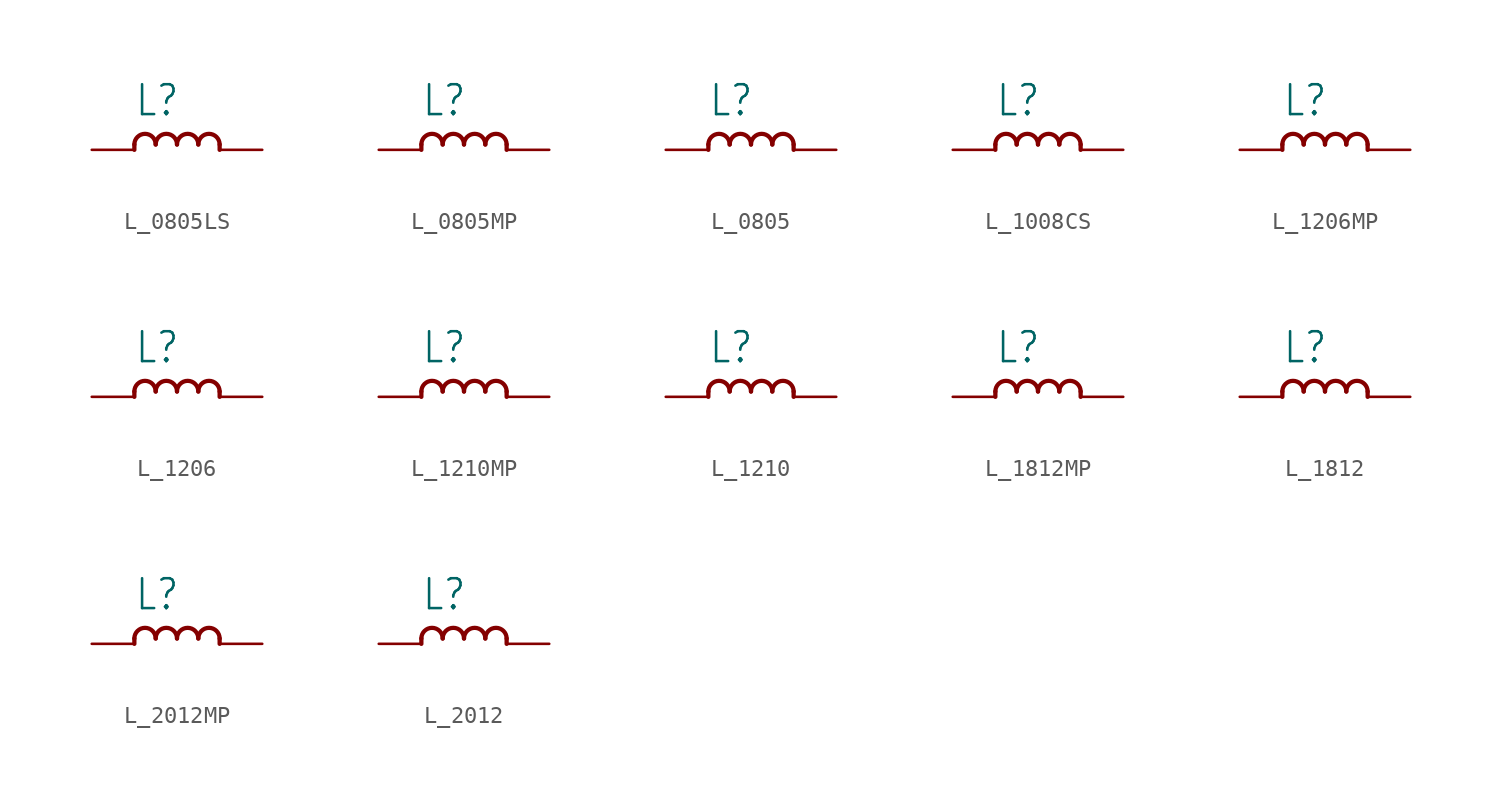
<source format=kicad_sym>
(kicad_symbol_lib
  (version 20231120)
  (generator "kicad_symbol_editor")
  (generator_version "8.0")
  (symbol "L_0805LS"
    (property "Reference" "L"
      (at -2.54 1.905 0)
      (effects (font (size 1.778 1.511)) (justify left bottom)))
    (property "Value" ""
      (at -2.54 -2.54 0)
      (effects (font (size 1.778 1.511)) (justify left bottom)))
    (property "ki_locked" ""
      (at 0 0 0)
      (effects (font (size 1.27 1.27))))
    (symbol "L_0805LS_1_0"
      (arc (start -1.27 0.3173) (mid -1.9049 0.9524) (end -2.54 0.3175) (stroke (width 0.254) (type solid)) (fill (type none)))
      (polyline (pts (xy -2.54 0.318) (xy -2.54 0)) (stroke (width 0.254) (type solid)) (fill (type none)))
      (polyline (pts (xy 2.54 0.318) (xy 2.54 0)) (stroke (width 0.254) (type solid)) (fill (type none)))
      (arc (start 0 0.3173) (mid -0.6349 0.9524) (end -1.27 0.3175) (stroke (width 0.254) (type solid)) (fill (type none)))
      (arc (start 1.27 0.3173) (mid 0.6351 0.9524) (end 0 0.3175) (stroke (width 0.254) (type solid)) (fill (type none)))
      (arc (start 2.54 0.3173) (mid 1.9051 0.9524) (end 1.27 0.3175) (stroke (width 0.254) (type solid)) (fill (type none)))
      (pin passive line (at 5.08 0 180) (length 2.54) (name "1" (effects (font (size 0 0)))) (number "1" (effects (font (size 0 0)))))
      (pin passive line (at -5.08 0 0) (length 2.54) (name "2" (effects (font (size 0 0)))) (number "2" (effects (font (size 0 0)))))))
  (symbol "L_0805MP"
    (property "Reference" "L"
      (at -2.54 1.905 0)
      (effects (font (size 1.778 1.511)) (justify left bottom)))
    (property "Value" ""
      (at -2.54 -2.54 0)
      (effects (font (size 1.778 1.511)) (justify left bottom)))
    (property "ki_locked" ""
      (at 0 0 0)
      (effects (font (size 1.27 1.27))))
    (symbol "L_0805MP_1_0"
      (arc (start -1.27 0.3173) (mid -1.9049 0.9524) (end -2.54 0.3175) (stroke (width 0.254) (type solid)) (fill (type none)))
      (polyline (pts (xy -2.54 0.318) (xy -2.54 0)) (stroke (width 0.254) (type solid)) (fill (type none)))
      (polyline (pts (xy 2.54 0.318) (xy 2.54 0)) (stroke (width 0.254) (type solid)) (fill (type none)))
      (arc (start 0 0.3173) (mid -0.6349 0.9524) (end -1.27 0.3175) (stroke (width 0.254) (type solid)) (fill (type none)))
      (arc (start 1.27 0.3173) (mid 0.6351 0.9524) (end 0 0.3175) (stroke (width 0.254) (type solid)) (fill (type none)))
      (arc (start 2.54 0.3173) (mid 1.9051 0.9524) (end 1.27 0.3175) (stroke (width 0.254) (type solid)) (fill (type none)))
      (pin passive line (at 5.08 0 180) (length 2.54) (name "1" (effects (font (size 0 0)))) (number "1" (effects (font (size 0 0)))))
      (pin passive line (at -5.08 0 0) (length 2.54) (name "2" (effects (font (size 0 0)))) (number "2" (effects (font (size 0 0)))))))
  (symbol "L_0805"
    (property "Reference" "L"
      (at -2.54 1.905 0)
      (effects (font (size 1.778 1.511)) (justify left bottom)))
    (property "Value" ""
      (at -2.54 -2.54 0)
      (effects (font (size 1.778 1.511)) (justify left bottom)))
    (property "ki_locked" ""
      (at 0 0 0)
      (effects (font (size 1.27 1.27))))
    (symbol "L_0805_1_0"
      (arc (start -1.27 0.3173) (mid -1.9049 0.9524) (end -2.54 0.3175) (stroke (width 0.254) (type solid)) (fill (type none)))
      (polyline (pts (xy -2.54 0.318) (xy -2.54 0)) (stroke (width 0.254) (type solid)) (fill (type none)))
      (polyline (pts (xy 2.54 0.318) (xy 2.54 0)) (stroke (width 0.254) (type solid)) (fill (type none)))
      (arc (start 0 0.3173) (mid -0.6349 0.9524) (end -1.27 0.3175) (stroke (width 0.254) (type solid)) (fill (type none)))
      (arc (start 1.27 0.3173) (mid 0.6351 0.9524) (end 0 0.3175) (stroke (width 0.254) (type solid)) (fill (type none)))
      (arc (start 2.54 0.3173) (mid 1.9051 0.9524) (end 1.27 0.3175) (stroke (width 0.254) (type solid)) (fill (type none)))
      (pin passive line (at 5.08 0 180) (length 2.54) (name "1" (effects (font (size 0 0)))) (number "1" (effects (font (size 0 0)))))
      (pin passive line (at -5.08 0 0) (length 2.54) (name "2" (effects (font (size 0 0)))) (number "2" (effects (font (size 0 0)))))))
  (symbol "L_1008CS"
    (property "Reference" "L"
      (at -2.54 1.905 0)
      (effects (font (size 1.778 1.511)) (justify left bottom)))
    (property "Value" ""
      (at -2.54 -2.54 0)
      (effects (font (size 1.778 1.511)) (justify left bottom)))
    (property "ki_locked" ""
      (at 0 0 0)
      (effects (font (size 1.27 1.27))))
    (symbol "L_1008CS_1_0"
      (arc (start -1.27 0.3173) (mid -1.9049 0.9524) (end -2.54 0.3175) (stroke (width 0.254) (type solid)) (fill (type none)))
      (polyline (pts (xy -2.54 0.318) (xy -2.54 0)) (stroke (width 0.254) (type solid)) (fill (type none)))
      (polyline (pts (xy 2.54 0.318) (xy 2.54 0)) (stroke (width 0.254) (type solid)) (fill (type none)))
      (arc (start 0 0.3173) (mid -0.6349 0.9524) (end -1.27 0.3175) (stroke (width 0.254) (type solid)) (fill (type none)))
      (arc (start 1.27 0.3173) (mid 0.6351 0.9524) (end 0 0.3175) (stroke (width 0.254) (type solid)) (fill (type none)))
      (arc (start 2.54 0.3173) (mid 1.9051 0.9524) (end 1.27 0.3175) (stroke (width 0.254) (type solid)) (fill (type none)))
      (pin passive line (at 5.08 0 180) (length 2.54) (name "1" (effects (font (size 0 0)))) (number "1" (effects (font (size 0 0)))))
      (pin passive line (at -5.08 0 0) (length 2.54) (name "2" (effects (font (size 0 0)))) (number "2" (effects (font (size 0 0)))))))
  (symbol "L_1206MP"
    (property "Reference" "L"
      (at -2.54 1.905 0)
      (effects (font (size 1.778 1.511)) (justify left bottom)))
    (property "Value" ""
      (at -2.54 -2.54 0)
      (effects (font (size 1.778 1.511)) (justify left bottom)))
    (property "ki_locked" ""
      (at 0 0 0)
      (effects (font (size 1.27 1.27))))
    (symbol "L_1206MP_1_0"
      (arc (start -1.27 0.3173) (mid -1.9049 0.9524) (end -2.54 0.3175) (stroke (width 0.254) (type solid)) (fill (type none)))
      (polyline (pts (xy -2.54 0.318) (xy -2.54 0)) (stroke (width 0.254) (type solid)) (fill (type none)))
      (polyline (pts (xy 2.54 0.318) (xy 2.54 0)) (stroke (width 0.254) (type solid)) (fill (type none)))
      (arc (start 0 0.3173) (mid -0.6349 0.9524) (end -1.27 0.3175) (stroke (width 0.254) (type solid)) (fill (type none)))
      (arc (start 1.27 0.3173) (mid 0.6351 0.9524) (end 0 0.3175) (stroke (width 0.254) (type solid)) (fill (type none)))
      (arc (start 2.54 0.3173) (mid 1.9051 0.9524) (end 1.27 0.3175) (stroke (width 0.254) (type solid)) (fill (type none)))
      (pin passive line (at 5.08 0 180) (length 2.54) (name "1" (effects (font (size 0 0)))) (number "1" (effects (font (size 0 0)))))
      (pin passive line (at -5.08 0 0) (length 2.54) (name "2" (effects (font (size 0 0)))) (number "2" (effects (font (size 0 0)))))))
  (symbol "L_1206"
    (property "Reference" "L"
      (at -2.54 1.905 0)
      (effects (font (size 1.778 1.511)) (justify left bottom)))
    (property "Value" ""
      (at -2.54 -2.54 0)
      (effects (font (size 1.778 1.511)) (justify left bottom)))
    (property "ki_locked" ""
      (at 0 0 0)
      (effects (font (size 1.27 1.27))))
    (symbol "L_1206_1_0"
      (arc (start -1.27 0.3173) (mid -1.9049 0.9524) (end -2.54 0.3175) (stroke (width 0.254) (type solid)) (fill (type none)))
      (polyline (pts (xy -2.54 0.318) (xy -2.54 0)) (stroke (width 0.254) (type solid)) (fill (type none)))
      (polyline (pts (xy 2.54 0.318) (xy 2.54 0)) (stroke (width 0.254) (type solid)) (fill (type none)))
      (arc (start 0 0.3173) (mid -0.6349 0.9524) (end -1.27 0.3175) (stroke (width 0.254) (type solid)) (fill (type none)))
      (arc (start 1.27 0.3173) (mid 0.6351 0.9524) (end 0 0.3175) (stroke (width 0.254) (type solid)) (fill (type none)))
      (arc (start 2.54 0.3173) (mid 1.9051 0.9524) (end 1.27 0.3175) (stroke (width 0.254) (type solid)) (fill (type none)))
      (pin passive line (at 5.08 0 180) (length 2.54) (name "1" (effects (font (size 0 0)))) (number "1" (effects (font (size 0 0)))))
      (pin passive line (at -5.08 0 0) (length 2.54) (name "2" (effects (font (size 0 0)))) (number "2" (effects (font (size 0 0)))))))
  (symbol "L_1210MP"
    (property "Reference" "L"
      (at -2.54 1.905 0)
      (effects (font (size 1.778 1.511)) (justify left bottom)))
    (property "Value" ""
      (at -2.54 -2.54 0)
      (effects (font (size 1.778 1.511)) (justify left bottom)))
    (property "ki_locked" ""
      (at 0 0 0)
      (effects (font (size 1.27 1.27))))
    (symbol "L_1210MP_1_0"
      (arc (start -1.27 0.3173) (mid -1.9049 0.9524) (end -2.54 0.3175) (stroke (width 0.254) (type solid)) (fill (type none)))
      (polyline (pts (xy -2.54 0.318) (xy -2.54 0)) (stroke (width 0.254) (type solid)) (fill (type none)))
      (polyline (pts (xy 2.54 0.318) (xy 2.54 0)) (stroke (width 0.254) (type solid)) (fill (type none)))
      (arc (start 0 0.3173) (mid -0.6349 0.9524) (end -1.27 0.3175) (stroke (width 0.254) (type solid)) (fill (type none)))
      (arc (start 1.27 0.3173) (mid 0.6351 0.9524) (end 0 0.3175) (stroke (width 0.254) (type solid)) (fill (type none)))
      (arc (start 2.54 0.3173) (mid 1.9051 0.9524) (end 1.27 0.3175) (stroke (width 0.254) (type solid)) (fill (type none)))
      (pin passive line (at 5.08 0 180) (length 2.54) (name "1" (effects (font (size 0 0)))) (number "1" (effects (font (size 0 0)))))
      (pin passive line (at -5.08 0 0) (length 2.54) (name "2" (effects (font (size 0 0)))) (number "2" (effects (font (size 0 0)))))))
  (symbol "L_1210"
    (property "Reference" "L"
      (at -2.54 1.905 0)
      (effects (font (size 1.778 1.511)) (justify left bottom)))
    (property "Value" ""
      (at -2.54 -2.54 0)
      (effects (font (size 1.778 1.511)) (justify left bottom)))
    (property "ki_locked" ""
      (at 0 0 0)
      (effects (font (size 1.27 1.27))))
    (symbol "L_1210_1_0"
      (arc (start -1.27 0.3173) (mid -1.9049 0.9524) (end -2.54 0.3175) (stroke (width 0.254) (type solid)) (fill (type none)))
      (polyline (pts (xy -2.54 0.318) (xy -2.54 0)) (stroke (width 0.254) (type solid)) (fill (type none)))
      (polyline (pts (xy 2.54 0.318) (xy 2.54 0)) (stroke (width 0.254) (type solid)) (fill (type none)))
      (arc (start 0 0.3173) (mid -0.6349 0.9524) (end -1.27 0.3175) (stroke (width 0.254) (type solid)) (fill (type none)))
      (arc (start 1.27 0.3173) (mid 0.6351 0.9524) (end 0 0.3175) (stroke (width 0.254) (type solid)) (fill (type none)))
      (arc (start 2.54 0.3173) (mid 1.9051 0.9524) (end 1.27 0.3175) (stroke (width 0.254) (type solid)) (fill (type none)))
      (pin passive line (at 5.08 0 180) (length 2.54) (name "1" (effects (font (size 0 0)))) (number "1" (effects (font (size 0 0)))))
      (pin passive line (at -5.08 0 0) (length 2.54) (name "2" (effects (font (size 0 0)))) (number "2" (effects (font (size 0 0)))))))
  (symbol "L_1812MP"
    (property "Reference" "L"
      (at -2.54 1.905 0)
      (effects (font (size 1.778 1.511)) (justify left bottom)))
    (property "Value" ""
      (at -2.54 -2.54 0)
      (effects (font (size 1.778 1.511)) (justify left bottom)))
    (property "ki_locked" ""
      (at 0 0 0)
      (effects (font (size 1.27 1.27))))
    (symbol "L_1812MP_1_0"
      (arc (start -1.27 0.3173) (mid -1.9049 0.9524) (end -2.54 0.3175) (stroke (width 0.254) (type solid)) (fill (type none)))
      (polyline (pts (xy -2.54 0.318) (xy -2.54 0)) (stroke (width 0.254) (type solid)) (fill (type none)))
      (polyline (pts (xy 2.54 0.318) (xy 2.54 0)) (stroke (width 0.254) (type solid)) (fill (type none)))
      (arc (start 0 0.3173) (mid -0.6349 0.9524) (end -1.27 0.3175) (stroke (width 0.254) (type solid)) (fill (type none)))
      (arc (start 1.27 0.3173) (mid 0.6351 0.9524) (end 0 0.3175) (stroke (width 0.254) (type solid)) (fill (type none)))
      (arc (start 2.54 0.3173) (mid 1.9051 0.9524) (end 1.27 0.3175) (stroke (width 0.254) (type solid)) (fill (type none)))
      (pin passive line (at 5.08 0 180) (length 2.54) (name "1" (effects (font (size 0 0)))) (number "1" (effects (font (size 0 0)))))
      (pin passive line (at -5.08 0 0) (length 2.54) (name "2" (effects (font (size 0 0)))) (number "2" (effects (font (size 0 0)))))))
  (symbol "L_1812"
    (property "Reference" "L"
      (at -2.54 1.905 0)
      (effects (font (size 1.778 1.511)) (justify left bottom)))
    (property "Value" ""
      (at -2.54 -2.54 0)
      (effects (font (size 1.778 1.511)) (justify left bottom)))
    (property "ki_locked" ""
      (at 0 0 0)
      (effects (font (size 1.27 1.27))))
    (symbol "L_1812_1_0"
      (arc (start -1.27 0.3173) (mid -1.9049 0.9524) (end -2.54 0.3175) (stroke (width 0.254) (type solid)) (fill (type none)))
      (polyline (pts (xy -2.54 0.318) (xy -2.54 0)) (stroke (width 0.254) (type solid)) (fill (type none)))
      (polyline (pts (xy 2.54 0.318) (xy 2.54 0)) (stroke (width 0.254) (type solid)) (fill (type none)))
      (arc (start 0 0.3173) (mid -0.6349 0.9524) (end -1.27 0.3175) (stroke (width 0.254) (type solid)) (fill (type none)))
      (arc (start 1.27 0.3173) (mid 0.6351 0.9524) (end 0 0.3175) (stroke (width 0.254) (type solid)) (fill (type none)))
      (arc (start 2.54 0.3173) (mid 1.9051 0.9524) (end 1.27 0.3175) (stroke (width 0.254) (type solid)) (fill (type none)))
      (pin passive line (at 5.08 0 180) (length 2.54) (name "1" (effects (font (size 0 0)))) (number "1" (effects (font (size 0 0)))))
      (pin passive line (at -5.08 0 0) (length 2.54) (name "2" (effects (font (size 0 0)))) (number "2" (effects (font (size 0 0)))))))
  (symbol "L_2012MP"
    (property "Reference" "L"
      (at -2.54 1.905 0)
      (effects (font (size 1.778 1.511)) (justify left bottom)))
    (property "Value" ""
      (at -2.54 -2.54 0)
      (effects (font (size 1.778 1.511)) (justify left bottom)))
    (property "ki_locked" ""
      (at 0 0 0)
      (effects (font (size 1.27 1.27))))
    (symbol "L_2012MP_1_0"
      (arc (start -1.27 0.3173) (mid -1.9049 0.9524) (end -2.54 0.3175) (stroke (width 0.254) (type solid)) (fill (type none)))
      (polyline (pts (xy -2.54 0.318) (xy -2.54 0)) (stroke (width 0.254) (type solid)) (fill (type none)))
      (polyline (pts (xy 2.54 0.318) (xy 2.54 0)) (stroke (width 0.254) (type solid)) (fill (type none)))
      (arc (start 0 0.3173) (mid -0.6349 0.9524) (end -1.27 0.3175) (stroke (width 0.254) (type solid)) (fill (type none)))
      (arc (start 1.27 0.3173) (mid 0.6351 0.9524) (end 0 0.3175) (stroke (width 0.254) (type solid)) (fill (type none)))
      (arc (start 2.54 0.3173) (mid 1.9051 0.9524) (end 1.27 0.3175) (stroke (width 0.254) (type solid)) (fill (type none)))
      (pin passive line (at 5.08 0 180) (length 2.54) (name "1" (effects (font (size 0 0)))) (number "1" (effects (font (size 0 0)))))
      (pin passive line (at -5.08 0 0) (length 2.54) (name "2" (effects (font (size 0 0)))) (number "2" (effects (font (size 0 0)))))))
  (symbol "L_2012"
    (property "Reference" "L"
      (at -2.54 1.905 0)
      (effects (font (size 1.778 1.511)) (justify left bottom)))
    (property "Value" ""
      (at -2.54 -2.54 0)
      (effects (font (size 1.778 1.511)) (justify left bottom)))
    (property "ki_locked" ""
      (at 0 0 0)
      (effects (font (size 1.27 1.27))))
    (symbol "L_2012_1_0"
      (arc (start -1.27 0.3173) (mid -1.9049 0.9524) (end -2.54 0.3175) (stroke (width 0.254) (type solid)) (fill (type none)))
      (polyline (pts (xy -2.54 0.318) (xy -2.54 0)) (stroke (width 0.254) (type solid)) (fill (type none)))
      (polyline (pts (xy 2.54 0.318) (xy 2.54 0)) (stroke (width 0.254) (type solid)) (fill (type none)))
      (arc (start 0 0.3173) (mid -0.6349 0.9524) (end -1.27 0.3175) (stroke (width 0.254) (type solid)) (fill (type none)))
      (arc (start 1.27 0.3173) (mid 0.6351 0.9524) (end 0 0.3175) (stroke (width 0.254) (type solid)) (fill (type none)))
      (arc (start 2.54 0.3173) (mid 1.9051 0.9524) (end 1.27 0.3175) (stroke (width 0.254) (type solid)) (fill (type none)))
      (pin passive line (at 5.08 0 180) (length 2.54) (name "1" (effects (font (size 0 0)))) (number "1" (effects (font (size 0 0)))))
      (pin passive line (at -5.08 0 0) (length 2.54) (name "2" (effects (font (size 0 0)))) (number "2" (effects (font (size 0 0))))))))
</source>
